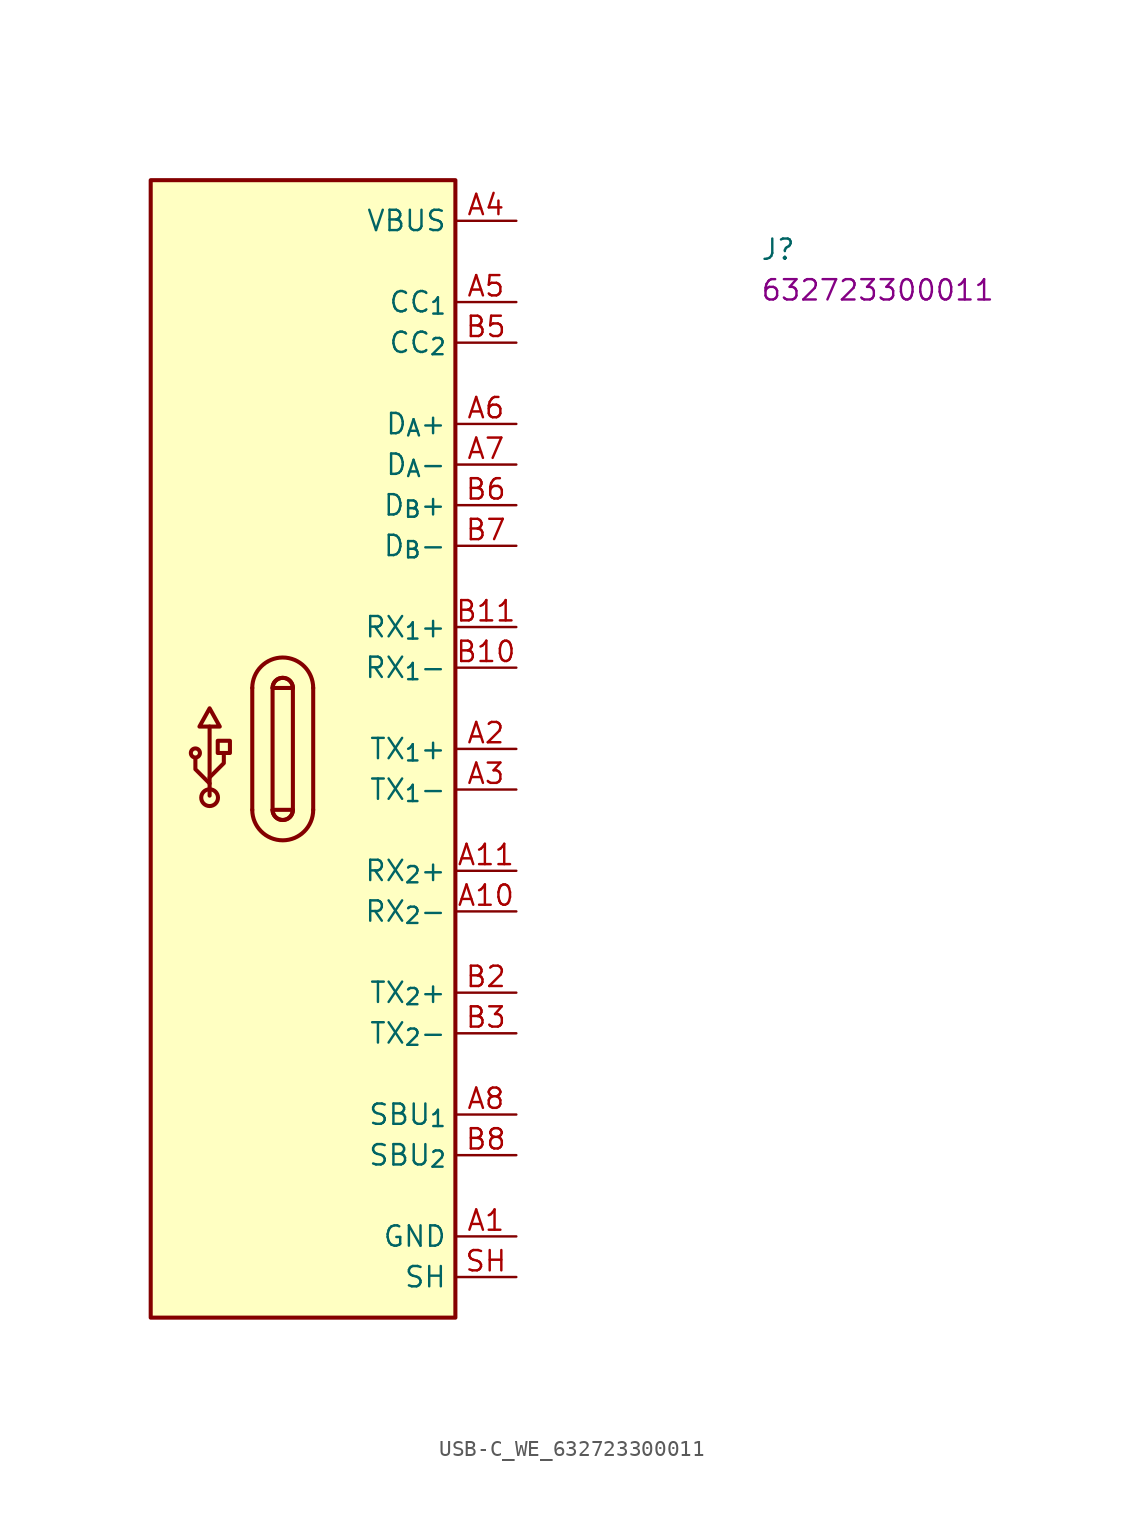
<source format=kicad_sym>
(kicad_symbol_lib
  (version 20220914)
  (generator kicad_symbol_editor)
  (symbol "USB-C_WE_632723300011"
    (property "Reference" "J"
      (at 15.24 -2.54 0)
      (effects (font (size 1.27 1.27) (thickness 0.15)) (justify left bottom)))
    (property "MPN" "632723300011"
      (at 15.24 -5.08 0)
      (effects (font (size 1.27 1.27) (thickness 0.15)) (justify left bottom)))
    (symbol "USB-C_WE_632723300011_1_1"
      (rectangle (start -22.86 -68.58) (end -3.81 2.54) (stroke (width 0.254) (type default)) (fill (type background)))
      (circle (center -20.066 -33.274) (radius 0.284) (stroke (width 0.254) (type default)) (fill (type background)))
      (circle (center -19.177 -36.068) (radius 0.524) (stroke (width 0.254) (type default)) (fill (type background)))
      (rectangle (start -18.669 -33.274) (end -17.907 -32.512) (stroke (width 0.254) (type default)) (fill (type background)))
      (arc (start -16.51 -36.83) (mid -14.605 -38.7267) (end -12.7 -36.83) (stroke (width 0.254) (type default)) (fill (type background)))
      (arc (start -15.24 -36.83) (mid -14.605 -37.4623) (end -13.97 -36.83) (stroke (width 0.254) (type default)) (fill (type background)))
      (arc (start -15.24 -36.83) (mid -14.605 -37.4623) (end -13.97 -36.83) (stroke (width 0.254) (type default)) (fill (type background)))
      (rectangle (start -15.24 -36.83) (end -13.97 -29.21) (stroke (width 0.254) (type default)) (fill (type background)))
      (arc (start -13.97 -29.21) (mid -14.605 -28.5777) (end -15.24 -29.21) (stroke (width 0.254) (type default)) (fill (type background)))
      (arc (start -13.97 -29.21) (mid -14.605 -28.5777) (end -15.24 -29.21) (stroke (width 0.254) (type default)) (fill (type background)))
      (arc (start -12.7 -29.21) (mid -14.605 -27.3133) (end -16.51 -29.21) (stroke (width 0.254) (type default)) (fill (type background)))
      (polyline (pts (xy -19.177 -35.941) (xy -19.177 -31.623)) (stroke (width 0.254) (type default)) (fill (type background)))
      (polyline (pts (xy -16.51 -36.83) (xy -16.51 -29.21)) (stroke (width 0.254) (type default)) (fill (type background)))
      (polyline (pts (xy -12.7 -29.21) (xy -12.7 -36.83)) (stroke (width 0.254) (type default)) (fill (type background)))
      (polyline (pts (xy -19.177 -35.179) (xy -20.066 -34.29) (xy -20.066 -33.655)) (stroke (width 0.254) (type default)) (fill (type background)))
      (polyline (pts (xy -19.177 -34.798) (xy -18.288 -33.909) (xy -18.288 -33.274)) (stroke (width 0.254) (type default)) (fill (type background)))
      (polyline (pts (xy -19.812 -31.623) (xy -19.177 -30.48) (xy -18.542 -31.623) (xy -19.812 -31.623)) (stroke (width 0.254) (type default)) (fill (type background)))
      (pin power_in line (at 0 -63.5 180) (length 3.81) (name "GND" (effects (font (size 1.27 1.27)))) (number "A1" (effects (font (size 1.27 1.27)))))
      (pin bidirectional line (at 0 -43.18 180) (length 3.81) (name "RX_{2}-" (effects (font (size 1.27 1.27)))) (number "A10" (effects (font (size 1.27 1.27)))))
      (pin bidirectional line (at 0 -40.64 180) (length 3.81) (name "RX_{2}+" (effects (font (size 1.27 1.27)))) (number "A11" (effects (font (size 1.27 1.27)))))
      (pin passive line (at 0 -63.5 180) (length 3.81) hide (name "GND" (effects (font (size 1.27 1.27)))) (number "A12" (effects (font (size 1.27 1.27)))))
      (pin bidirectional line (at 0 -33.02 180) (length 3.81) (name "TX_{1}+" (effects (font (size 1.27 1.27)))) (number "A2" (effects (font (size 1.27 1.27)))))
      (pin bidirectional line (at 0 -35.56 180) (length 3.81) (name "TX_{1}-" (effects (font (size 1.27 1.27)))) (number "A3" (effects (font (size 1.27 1.27)))))
      (pin passive line (at 0 0 180) (length 3.81) (name "VBUS" (effects (font (size 1.27 1.27)))) (number "A4" (effects (font (size 1.27 1.27)))))
      (pin bidirectional line (at 0 -5.08 180) (length 3.81) (name "CC_{1}" (effects (font (size 1.27 1.27)))) (number "A5" (effects (font (size 1.27 1.27)))))
      (pin bidirectional line (at 0 -12.7 180) (length 3.81) (name "D_{A}+" (effects (font (size 1.27 1.27)))) (number "A6" (effects (font (size 1.27 1.27)))))
      (pin bidirectional line (at 0 -15.24 180) (length 3.81) (name "D_{A}-" (effects (font (size 1.27 1.27)))) (number "A7" (effects (font (size 1.27 1.27)))))
      (pin bidirectional line (at 0 -55.88 180) (length 3.81) (name "SBU_{1}" (effects (font (size 1.27 1.27)))) (number "A8" (effects (font (size 1.27 1.27)))))
      (pin passive line (at 0 0 180) (length 3.81) hide (name "VBUS" (effects (font (size 1.27 1.27)))) (number "A9" (effects (font (size 1.27 1.27)))))
      (pin passive line (at 0 -63.5 180) (length 3.81) hide (name "GND" (effects (font (size 1.27 1.27)))) (number "B1" (effects (font (size 1.27 1.27)))))
      (pin bidirectional line (at 0 -27.94 180) (length 3.81) (name "RX_{1}-" (effects (font (size 1.27 1.27)))) (number "B10" (effects (font (size 1.27 1.27)))))
      (pin bidirectional line (at 0 -25.4 180) (length 3.81) (name "RX_{1}+" (effects (font (size 1.27 1.27)))) (number "B11" (effects (font (size 1.27 1.27)))))
      (pin passive line (at 0 -63.5 180) (length 3.81) hide (name "GND" (effects (font (size 1.27 1.27)))) (number "B12" (effects (font (size 1.27 1.27)))))
      (pin bidirectional line (at 0 -48.26 180) (length 3.81) (name "TX_{2}+" (effects (font (size 1.27 1.27)))) (number "B2" (effects (font (size 1.27 1.27)))))
      (pin bidirectional line (at 0 -50.8 180) (length 3.81) (name "TX_{2}-" (effects (font (size 1.27 1.27)))) (number "B3" (effects (font (size 1.27 1.27)))))
      (pin passive line (at 0 0 180) (length 3.81) hide (name "VBUS" (effects (font (size 1.27 1.27)))) (number "B4" (effects (font (size 1.27 1.27)))))
      (pin bidirectional line (at 0 -7.62 180) (length 3.81) (name "CC_{2}" (effects (font (size 1.27 1.27)))) (number "B5" (effects (font (size 1.27 1.27)))))
      (pin bidirectional line (at 0 -17.78 180) (length 3.81) (name "D_{B}+" (effects (font (size 1.27 1.27)))) (number "B6" (effects (font (size 1.27 1.27)))))
      (pin bidirectional line (at 0 -20.32 180) (length 3.81) (name "D_{B}-" (effects (font (size 1.27 1.27)))) (number "B7" (effects (font (size 1.27 1.27)))))
      (pin bidirectional line (at 0 -58.42 180) (length 3.81) (name "SBU_{2}" (effects (font (size 1.27 1.27)))) (number "B8" (effects (font (size 1.27 1.27)))))
      (pin passive line (at 0 0 180) (length 3.81) hide (name "VBUS" (effects (font (size 1.27 1.27)))) (number "B9" (effects (font (size 1.27 1.27)))))
      (pin passive line (at 0 -66.04 180) (length 3.81) (name "SH" (effects (font (size 1.27 1.27)))) (number "SH" (effects (font (size 1.27 1.27))))))))
</source>
